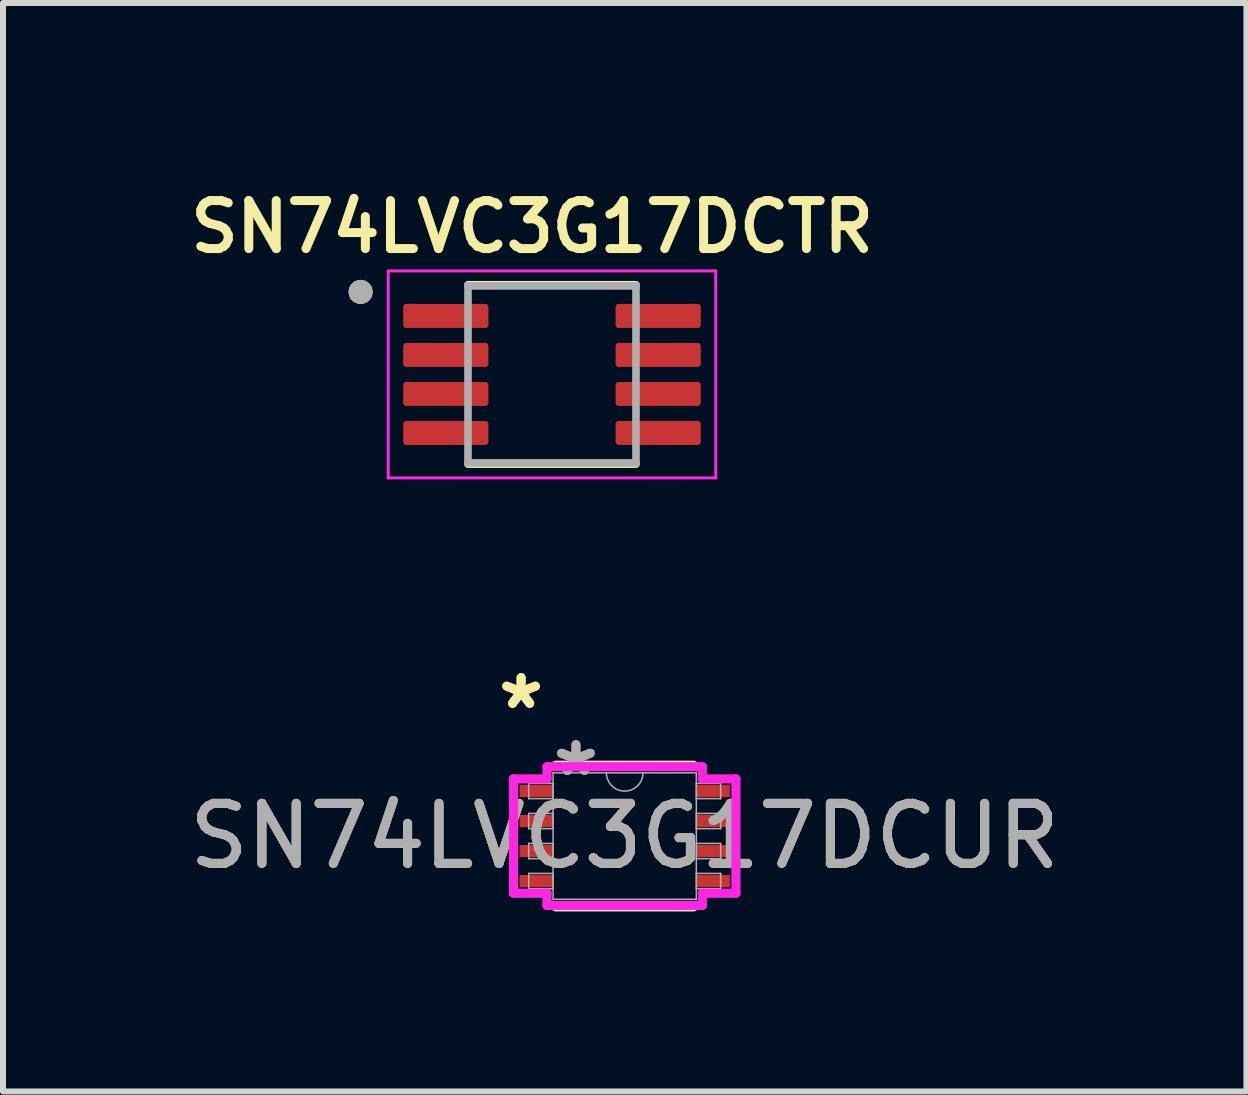
<source format=kicad_pcb>
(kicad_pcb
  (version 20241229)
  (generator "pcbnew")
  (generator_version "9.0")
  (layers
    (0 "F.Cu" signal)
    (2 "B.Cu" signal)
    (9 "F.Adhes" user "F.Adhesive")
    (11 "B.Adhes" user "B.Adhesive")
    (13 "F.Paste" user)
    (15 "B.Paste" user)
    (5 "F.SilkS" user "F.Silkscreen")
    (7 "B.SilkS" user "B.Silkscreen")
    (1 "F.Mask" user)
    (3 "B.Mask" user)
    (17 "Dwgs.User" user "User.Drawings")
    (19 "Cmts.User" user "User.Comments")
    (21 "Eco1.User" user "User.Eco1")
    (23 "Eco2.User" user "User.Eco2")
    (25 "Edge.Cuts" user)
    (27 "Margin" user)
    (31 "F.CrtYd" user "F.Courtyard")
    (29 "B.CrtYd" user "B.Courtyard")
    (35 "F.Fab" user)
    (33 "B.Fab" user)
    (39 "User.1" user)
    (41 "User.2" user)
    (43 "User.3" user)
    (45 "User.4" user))
  (footprint "SN74LVC3G17DCTR"
    (layer "F.Cu")
    (at 6.151 3.191)
    (property "Reference" "SN74LVC3G17DCTR" (at -0.33 -2.46 0) (layer "F.SilkS") (effects (font (size 0.8 0.8) (thickness 0.15))))
    (attr smd)
    (fp_line (start -1.4 -1.495) (end 1.4 -1.495) (stroke (width 0.127) (type solid)) (layer "F.SilkS"))
    (fp_line (start -1.4 1.495) (end 1.4 1.495) (stroke (width 0.127) (type solid)) (layer "F.SilkS"))
    (fp_circle (center -3.19 -1.375) (end -3.09 -1.375) (stroke (width 0.2) (type solid)) (fill no) (layer "F.SilkS"))
    (fp_line (start -2.73 -1.725) (end -2.73 1.725) (stroke (width 0.05) (type solid)) (layer "F.CrtYd"))
    (fp_line (start -2.73 -1.725) (end 2.73 -1.725) (stroke (width 0.05) (type solid)) (layer "F.CrtYd"))
    (fp_line (start -2.73 1.725) (end 2.73 1.725) (stroke (width 0.05) (type solid)) (layer "F.CrtYd"))
    (fp_line (start 2.73 -1.725) (end 2.73 1.725) (stroke (width 0.05) (type solid)) (layer "F.CrtYd"))
    (fp_line (start -1.4 -1.475) (end -1.4 1.475) (stroke (width 0.127) (type solid)) (layer "F.Fab"))
    (fp_line (start -1.4 -1.475) (end 1.4 -1.475) (stroke (width 0.127) (type solid)) (layer "F.Fab"))
    (fp_line (start -1.4 1.475) (end 1.4 1.475) (stroke (width 0.127) (type solid)) (layer "F.Fab"))
    (fp_line (start 1.4 -1.475) (end 1.4 1.475) (stroke (width 0.127) (type solid)) (layer "F.Fab"))
    (fp_circle (center -3.19 -1.375) (end -3.09 -1.375) (stroke (width 0.2) (type solid)) (fill no) (layer "F.Fab"))
    (pad "1" smd roundrect (at -1.77 -0.975) (size 1.42 0.4) (layers "F.Cu" "F.Mask" "F.Paste") (roundrect_rratio 0.125))
    (pad "2" smd roundrect (at -1.77 -0.325) (size 1.42 0.4) (layers "F.Cu" "F.Mask" "F.Paste") (roundrect_rratio 0.125))
    (pad "3" smd roundrect (at -1.77 0.325) (size 1.42 0.4) (layers "F.Cu" "F.Mask" "F.Paste") (roundrect_rratio 0.125))
    (pad "4" smd roundrect (at -1.77 0.975) (size 1.42 0.4) (layers "F.Cu" "F.Mask" "F.Paste") (roundrect_rratio 0.125))
    (pad "5" smd roundrect (at 1.77 0.975) (size 1.42 0.4) (layers "F.Cu" "F.Mask" "F.Paste") (roundrect_rratio 0.125))
    (pad "6" smd roundrect (at 1.77 0.325) (size 1.42 0.4) (layers "F.Cu" "F.Mask" "F.Paste") (roundrect_rratio 0.125))
    (pad "7" smd roundrect (at 1.77 -0.325) (size 1.42 0.4) (layers "F.Cu" "F.Mask" "F.Paste") (roundrect_rratio 0.125))
    (pad "8" smd roundrect (at 1.77 -0.975) (size 1.42 0.4) (layers "F.Cu" "F.Mask" "F.Paste") (roundrect_rratio 0.125)))
  (footprint "SN74LVC3G17DCUR"
    (layer "F.Cu")
    (at 7.363 10.886)
    (property "Reference" "SN74LVC3G17DCUR" (at 0 0 0) (unlocked yes) (layer "F.SilkS") (effects (font (size 1 1) (thickness 0.15))))
    (attr smd)
    (fp_line (start -1.147 1.181) (end 1.147 1.181) (stroke (width 0.152) (type solid)) (layer "F.SilkS"))
    (fp_line (start 1.147 -1.181) (end -1.147 -1.181) (stroke (width 0.152) (type solid)) (layer "F.SilkS"))
    (fp_line (start -1.854 -0.953) (end -1.295 -0.953) (stroke (width 0.152) (type solid)) (layer "F.CrtYd"))
    (fp_line (start -1.854 0.953) (end -1.854 -0.953) (stroke (width 0.152) (type solid)) (layer "F.CrtYd"))
    (fp_line (start -1.854 0.953) (end -1.295 0.953) (stroke (width 0.152) (type solid)) (layer "F.CrtYd"))
    (fp_line (start -1.295 -1.156) (end 1.295 -1.156) (stroke (width 0.152) (type solid)) (layer "F.CrtYd"))
    (fp_line (start -1.295 -0.953) (end -1.295 -1.156) (stroke (width 0.152) (type solid)) (layer "F.CrtYd"))
    (fp_line (start -1.295 1.156) (end -1.295 0.953) (stroke (width 0.152) (type solid)) (layer "F.CrtYd"))
    (fp_line (start 1.295 -1.156) (end 1.295 -0.953) (stroke (width 0.152) (type solid)) (layer "F.CrtYd"))
    (fp_line (start 1.295 0.953) (end 1.295 1.156) (stroke (width 0.152) (type solid)) (layer "F.CrtYd"))
    (fp_line (start 1.295 1.156) (end -1.295 1.156) (stroke (width 0.152) (type solid)) (layer "F.CrtYd"))
    (fp_line (start 1.854 -0.953) (end 1.295 -0.953) (stroke (width 0.152) (type solid)) (layer "F.CrtYd"))
    (fp_line (start 1.854 -0.953) (end 1.854 0.953) (stroke (width 0.152) (type solid)) (layer "F.CrtYd"))
    (fp_line (start 1.854 0.953) (end 1.295 0.953) (stroke (width 0.152) (type solid)) (layer "F.CrtYd"))
    (fp_line (start -1.6 -0.877) (end -1.6 -0.623) (stroke (width 0.025) (type solid)) (layer "F.Fab"))
    (fp_line (start -1.6 -0.623) (end -1.194 -0.623) (stroke (width 0.025) (type solid)) (layer "F.Fab"))
    (fp_line (start -1.6 -0.377) (end -1.6 -0.123) (stroke (width 0.025) (type solid)) (layer "F.Fab"))
    (fp_line (start -1.6 -0.123) (end -1.194 -0.123) (stroke (width 0.025) (type solid)) (layer "F.Fab"))
    (fp_line (start -1.6 0.123) (end -1.6 0.377) (stroke (width 0.025) (type solid)) (layer "F.Fab"))
    (fp_line (start -1.6 0.377) (end -1.194 0.377) (stroke (width 0.025) (type solid)) (layer "F.Fab"))
    (fp_line (start -1.6 0.623) (end -1.6 0.877) (stroke (width 0.025) (type solid)) (layer "F.Fab"))
    (fp_line (start -1.6 0.877) (end -1.194 0.877) (stroke (width 0.025) (type solid)) (layer "F.Fab"))
    (fp_line (start -1.194 -1.054) (end -1.194 1.054) (stroke (width 0.025) (type solid)) (layer "F.Fab"))
    (fp_line (start -1.194 -0.877) (end -1.6 -0.877) (stroke (width 0.025) (type solid)) (layer "F.Fab"))
    (fp_line (start -1.194 -0.623) (end -1.194 -0.877) (stroke (width 0.025) (type solid)) (layer "F.Fab"))
    (fp_line (start -1.194 -0.377) (end -1.6 -0.377) (stroke (width 0.025) (type solid)) (layer "F.Fab"))
    (fp_line (start -1.194 -0.123) (end -1.194 -0.377) (stroke (width 0.025) (type solid)) (layer "F.Fab"))
    (fp_line (start -1.194 0.123) (end -1.6 0.123) (stroke (width 0.025) (type solid)) (layer "F.Fab"))
    (fp_line (start -1.194 0.377) (end -1.194 0.123) (stroke (width 0.025) (type solid)) (layer "F.Fab"))
    (fp_line (start -1.194 0.623) (end -1.6 0.623) (stroke (width 0.025) (type solid)) (layer "F.Fab"))
    (fp_line (start -1.194 0.877) (end -1.194 0.623) (stroke (width 0.025) (type solid)) (layer "F.Fab"))
    (fp_line (start -1.194 1.054) (end 1.194 1.054) (stroke (width 0.025) (type solid)) (layer "F.Fab"))
    (fp_line (start 1.194 -1.054) (end -1.194 -1.054) (stroke (width 0.025) (type solid)) (layer "F.Fab"))
    (fp_line (start 1.194 -0.877) (end 1.194 -0.623) (stroke (width 0.025) (type solid)) (layer "F.Fab"))
    (fp_line (start 1.194 -0.623) (end 1.6 -0.623) (stroke (width 0.025) (type solid)) (layer "F.Fab"))
    (fp_line (start 1.194 -0.377) (end 1.194 -0.123) (stroke (width 0.025) (type solid)) (layer "F.Fab"))
    (fp_line (start 1.194 -0.123) (end 1.6 -0.123) (stroke (width 0.025) (type solid)) (layer "F.Fab"))
    (fp_line (start 1.194 0.123) (end 1.194 0.377) (stroke (width 0.025) (type solid)) (layer "F.Fab"))
    (fp_line (start 1.194 0.377) (end 1.6 0.377) (stroke (width 0.025) (type solid)) (layer "F.Fab"))
    (fp_line (start 1.194 0.623) (end 1.194 0.877) (stroke (width 0.025) (type solid)) (layer "F.Fab"))
    (fp_line (start 1.194 0.877) (end 1.6 0.877) (stroke (width 0.025) (type solid)) (layer "F.Fab"))
    (fp_line (start 1.194 1.054) (end 1.194 -1.054) (stroke (width 0.025) (type solid)) (layer "F.Fab"))
    (fp_line (start 1.6 -0.877) (end 1.194 -0.877) (stroke (width 0.025) (type solid)) (layer "F.Fab"))
    (fp_line (start 1.6 -0.623) (end 1.6 -0.877) (stroke (width 0.025) (type solid)) (layer "F.Fab"))
    (fp_line (start 1.6 -0.377) (end 1.194 -0.377) (stroke (width 0.025) (type solid)) (layer "F.Fab"))
    (fp_line (start 1.6 -0.123) (end 1.6 -0.377) (stroke (width 0.025) (type solid)) (layer "F.Fab"))
    (fp_line (start 1.6 0.123) (end 1.194 0.123) (stroke (width 0.025) (type solid)) (layer "F.Fab"))
    (fp_line (start 1.6 0.377) (end 1.6 0.123) (stroke (width 0.025) (type solid)) (layer "F.Fab"))
    (fp_line (start 1.6 0.623) (end 1.194 0.623) (stroke (width 0.025) (type solid)) (layer "F.Fab"))
    (fp_line (start 1.6 0.877) (end 1.6 0.623) (stroke (width 0.025) (type solid)) (layer "F.Fab"))
    (fp_arc (start 0.3048 -1.0541) (mid 0 -0.7493) (end -0.3048 -1.0541) (stroke (width 0.0254) (type solid)) (layer "F.Fab"))
    (fp_text user "*" (at -1.727 -2.096 0) (layer "F.SilkS") (effects (font (size 1 1) (thickness 0.15))))
    (fp_text user "*" (at -1.727 -2.096 0) (unlocked yes) (layer "F.SilkS") (effects (font (size 1 1) (thickness 0.15))))
    (fp_text user "*" (at -0.813 -0.978 0) (layer "F.Fab") (effects (font (size 1 1) (thickness 0.15))))
    (fp_text user "*" (at -0.813 -0.978 0) (unlocked yes) (layer "F.Fab") (effects (font (size 1 1) (thickness 0.15))))
    (fp_text user "${REFERENCE}" (at 0 0 0) (unlocked yes) (layer "F.Fab") (effects (font (size 1 1) (thickness 0.15))))
    (pad "1" smd rect (at -1.473 -0.75) (size 0.559 0.203) (layers "F.Cu" "F.Mask" "F.Paste"))
    (pad "2" smd rect (at -1.473 -0.25) (size 0.559 0.203) (layers "F.Cu" "F.Mask" "F.Paste"))
    (pad "3" smd rect (at -1.473 0.25) (size 0.559 0.203) (layers "F.Cu" "F.Mask" "F.Paste"))
    (pad "4" smd rect (at -1.473 0.75) (size 0.559 0.203) (layers "F.Cu" "F.Mask" "F.Paste"))
    (pad "5" smd rect (at 1.473 0.75) (size 0.559 0.203) (layers "F.Cu" "F.Mask" "F.Paste"))
    (pad "6" smd rect (at 1.473 0.25) (size 0.559 0.203) (layers "F.Cu" "F.Mask" "F.Paste"))
    (pad "7" smd rect (at 1.473 -0.25) (size 0.559 0.203) (layers "F.Cu" "F.Mask" "F.Paste"))
    (pad "8" smd rect (at 1.473 -0.75) (size 0.559 0.203) (layers "F.Cu" "F.Mask" "F.Paste")))
  (gr_rect
    (start -3 -3)
    (end 17.726 15.143)
    (stroke (width 0.1) (type default))
    (fill no)
    (layer "Edge.Cuts")))
</source>
